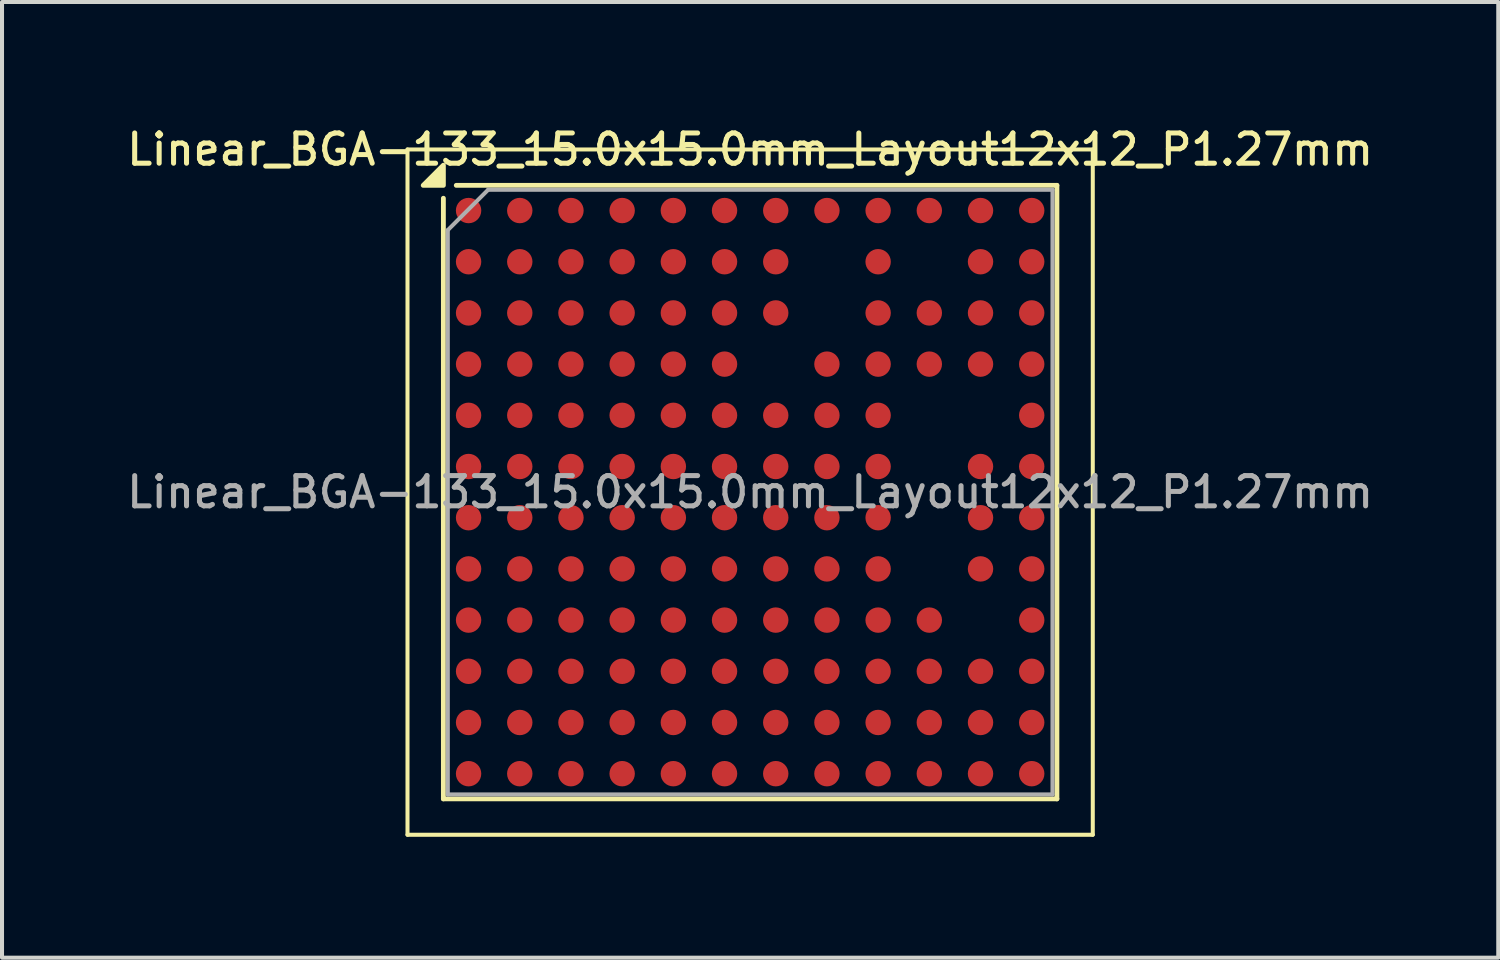
<source format=kicad_pcb>
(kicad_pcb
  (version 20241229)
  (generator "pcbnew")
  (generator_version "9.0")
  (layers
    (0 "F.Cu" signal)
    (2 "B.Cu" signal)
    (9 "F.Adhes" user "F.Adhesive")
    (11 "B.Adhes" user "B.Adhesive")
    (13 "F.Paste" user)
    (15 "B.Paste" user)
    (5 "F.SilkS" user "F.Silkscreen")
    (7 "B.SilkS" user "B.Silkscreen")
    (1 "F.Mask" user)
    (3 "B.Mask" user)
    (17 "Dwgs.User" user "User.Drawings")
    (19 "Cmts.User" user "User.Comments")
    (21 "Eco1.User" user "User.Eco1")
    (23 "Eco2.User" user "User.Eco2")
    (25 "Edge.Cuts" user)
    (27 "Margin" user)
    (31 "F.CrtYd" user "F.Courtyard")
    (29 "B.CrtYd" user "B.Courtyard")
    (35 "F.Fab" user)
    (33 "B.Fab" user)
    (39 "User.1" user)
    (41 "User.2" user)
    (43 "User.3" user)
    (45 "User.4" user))
  (footprint "Linear_BGA-133_15.0x15.0mm_Layout12x12_P1.27mm"
    (layer "F.Cu")
    (at 15.559 9.158)
    (property "Reference" "Linear_BGA-133_15.0x15.0mm_Layout12x12_P1.27mm" (at 0 -8.5 0) (layer "F.SilkS") (effects (font (size 0.75 0.75) (thickness 0.125))))
    (attr smd)
    (fp_line (start -8.5 -8.5) (end -8.5 8.5) (stroke (width 0.1) (type solid)) (layer "F.SilkS"))
    (fp_line (start -8.5 -8.5) (end 8.5 -8.5) (stroke (width 0.1) (type solid)) (layer "F.SilkS"))
    (fp_line (start -7.61 7.61) (end -7.61 -7.29) (stroke (width 0.12) (type solid)) (layer "F.SilkS"))
    (fp_line (start -7.61 7.61) (end 7.61 7.61) (stroke (width 0.12) (type solid)) (layer "F.SilkS"))
    (fp_line (start 7.61 -7.61) (end -7.29 -7.61) (stroke (width 0.12) (type solid)) (layer "F.SilkS"))
    (fp_line (start 7.61 -7.61) (end 7.61 7.61) (stroke (width 0.12) (type solid)) (layer "F.SilkS"))
    (fp_line (start 8.5 8.5) (end -8.5 8.5) (stroke (width 0.1) (type solid)) (layer "F.SilkS"))
    (fp_line (start 8.5 8.5) (end 8.5 -8.5) (stroke (width 0.1) (type solid)) (layer "F.SilkS"))
    (fp_poly (pts (xy -7.61 -7.61) (xy -8.11 -7.61) (xy -7.61 -8.11) (xy -7.61 -7.61)) (stroke (width 0.12) (type solid)) (fill yes) (layer "F.SilkS"))
    (fp_line (start -7.5 -6.5) (end -6.5 -7.5) (stroke (width 0.1) (type solid)) (layer "F.Fab"))
    (fp_line (start -7.5 7.5) (end -7.5 -6.5) (stroke (width 0.1) (type solid)) (layer "F.Fab"))
    (fp_line (start -6.5 -7.5) (end 7.5 -7.5) (stroke (width 0.1) (type solid)) (layer "F.Fab"))
    (fp_line (start 7.5 -7.5) (end 7.5 7.5) (stroke (width 0.1) (type solid)) (layer "F.Fab"))
    (fp_line (start 7.5 7.5) (end -7.5 7.5) (stroke (width 0.1) (type solid)) (layer "F.Fab"))
    (fp_text user "${REFERENCE}" (at 0 0 0) (layer "F.Fab") (effects (font (size 0.75 0.75) (thickness 0.125))))
    (pad "A1" smd circle (at -6.985 -6.985) (size 0.63 0.63) (property pad_prop_bga) (layers "F.Cu" "F.Mask" "F.Paste"))
    (pad "A2" smd circle (at -5.715 -6.985) (size 0.63 0.63) (property pad_prop_bga) (layers "F.Cu" "F.Mask" "F.Paste"))
    (pad "A3" smd circle (at -4.445 -6.985) (size 0.63 0.63) (property pad_prop_bga) (layers "F.Cu" "F.Mask" "F.Paste"))
    (pad "A4" smd circle (at -3.175 -6.985) (size 0.63 0.63) (property pad_prop_bga) (layers "F.Cu" "F.Mask" "F.Paste"))
    (pad "A5" smd circle (at -1.905 -6.985) (size 0.63 0.63) (property pad_prop_bga) (layers "F.Cu" "F.Mask" "F.Paste"))
    (pad "A6" smd circle (at -0.635 -6.985) (size 0.63 0.63) (property pad_prop_bga) (layers "F.Cu" "F.Mask" "F.Paste"))
    (pad "A7" smd circle (at 0.635 -6.985) (size 0.63 0.63) (property pad_prop_bga) (layers "F.Cu" "F.Mask" "F.Paste"))
    (pad "A8" smd circle (at 1.905 -6.985) (size 0.63 0.63) (property pad_prop_bga) (layers "F.Cu" "F.Mask" "F.Paste"))
    (pad "A9" smd circle (at 3.175 -6.985) (size 0.63 0.63) (property pad_prop_bga) (layers "F.Cu" "F.Mask" "F.Paste"))
    (pad "A10" smd circle (at 4.445 -6.985) (size 0.63 0.63) (property pad_prop_bga) (layers "F.Cu" "F.Mask" "F.Paste"))
    (pad "A11" smd circle (at 5.715 -6.985) (size 0.63 0.63) (property pad_prop_bga) (layers "F.Cu" "F.Mask" "F.Paste"))
    (pad "A12" smd circle (at 6.985 -6.985) (size 0.63 0.63) (property pad_prop_bga) (layers "F.Cu" "F.Mask" "F.Paste"))
    (pad "B1" smd circle (at -6.985 -5.715) (size 0.63 0.63) (property pad_prop_bga) (layers "F.Cu" "F.Mask" "F.Paste"))
    (pad "B2" smd circle (at -5.715 -5.715) (size 0.63 0.63) (property pad_prop_bga) (layers "F.Cu" "F.Mask" "F.Paste"))
    (pad "B3" smd circle (at -4.445 -5.715) (size 0.63 0.63) (property pad_prop_bga) (layers "F.Cu" "F.Mask" "F.Paste"))
    (pad "B4" smd circle (at -3.175 -5.715) (size 0.63 0.63) (property pad_prop_bga) (layers "F.Cu" "F.Mask" "F.Paste"))
    (pad "B5" smd circle (at -1.905 -5.715) (size 0.63 0.63) (property pad_prop_bga) (layers "F.Cu" "F.Mask" "F.Paste"))
    (pad "B6" smd circle (at -0.635 -5.715) (size 0.63 0.63) (property pad_prop_bga) (layers "F.Cu" "F.Mask" "F.Paste"))
    (pad "B7" smd circle (at 0.635 -5.715) (size 0.63 0.63) (property pad_prop_bga) (layers "F.Cu" "F.Mask" "F.Paste"))
    (pad "B9" smd circle (at 3.175 -5.715) (size 0.63 0.63) (property pad_prop_bga) (layers "F.Cu" "F.Mask" "F.Paste"))
    (pad "B11" smd circle (at 5.715 -5.715) (size 0.63 0.63) (property pad_prop_bga) (layers "F.Cu" "F.Mask" "F.Paste"))
    (pad "B12" smd circle (at 6.985 -5.715) (size 0.63 0.63) (property pad_prop_bga) (layers "F.Cu" "F.Mask" "F.Paste"))
    (pad "C1" smd circle (at -6.985 -4.445) (size 0.63 0.63) (property pad_prop_bga) (layers "F.Cu" "F.Mask" "F.Paste"))
    (pad "C2" smd circle (at -5.715 -4.445) (size 0.63 0.63) (property pad_prop_bga) (layers "F.Cu" "F.Mask" "F.Paste"))
    (pad "C3" smd circle (at -4.445 -4.445) (size 0.63 0.63) (property pad_prop_bga) (layers "F.Cu" "F.Mask" "F.Paste"))
    (pad "C4" smd circle (at -3.175 -4.445) (size 0.63 0.63) (property pad_prop_bga) (layers "F.Cu" "F.Mask" "F.Paste"))
    (pad "C5" smd circle (at -1.905 -4.445) (size 0.63 0.63) (property pad_prop_bga) (layers "F.Cu" "F.Mask" "F.Paste"))
    (pad "C6" smd circle (at -0.635 -4.445) (size 0.63 0.63) (property pad_prop_bga) (layers "F.Cu" "F.Mask" "F.Paste"))
    (pad "C7" smd circle (at 0.635 -4.445) (size 0.63 0.63) (property pad_prop_bga) (layers "F.Cu" "F.Mask" "F.Paste"))
    (pad "C9" smd circle (at 3.175 -4.445) (size 0.63 0.63) (property pad_prop_bga) (layers "F.Cu" "F.Mask" "F.Paste"))
    (pad "C10" smd circle (at 4.445 -4.445) (size 0.63 0.63) (property pad_prop_bga) (layers "F.Cu" "F.Mask" "F.Paste"))
    (pad "C11" smd circle (at 5.715 -4.445) (size 0.63 0.63) (property pad_prop_bga) (layers "F.Cu" "F.Mask" "F.Paste"))
    (pad "C12" smd circle (at 6.985 -4.445) (size 0.63 0.63) (property pad_prop_bga) (layers "F.Cu" "F.Mask" "F.Paste"))
    (pad "D1" smd circle (at -6.985 -3.175) (size 0.63 0.63) (property pad_prop_bga) (layers "F.Cu" "F.Mask" "F.Paste"))
    (pad "D2" smd circle (at -5.715 -3.175) (size 0.63 0.63) (property pad_prop_bga) (layers "F.Cu" "F.Mask" "F.Paste"))
    (pad "D3" smd circle (at -4.445 -3.175) (size 0.63 0.63) (property pad_prop_bga) (layers "F.Cu" "F.Mask" "F.Paste"))
    (pad "D4" smd circle (at -3.175 -3.175) (size 0.63 0.63) (property pad_prop_bga) (layers "F.Cu" "F.Mask" "F.Paste"))
    (pad "D5" smd circle (at -1.905 -3.175) (size 0.63 0.63) (property pad_prop_bga) (layers "F.Cu" "F.Mask" "F.Paste"))
    (pad "D6" smd circle (at -0.635 -3.175) (size 0.63 0.63) (property pad_prop_bga) (layers "F.Cu" "F.Mask" "F.Paste"))
    (pad "D8" smd circle (at 1.905 -3.175) (size 0.63 0.63) (property pad_prop_bga) (layers "F.Cu" "F.Mask" "F.Paste"))
    (pad "D9" smd circle (at 3.175 -3.175) (size 0.63 0.63) (property pad_prop_bga) (layers "F.Cu" "F.Mask" "F.Paste"))
    (pad "D10" smd circle (at 4.445 -3.175) (size 0.63 0.63) (property pad_prop_bga) (layers "F.Cu" "F.Mask" "F.Paste"))
    (pad "D11" smd circle (at 5.715 -3.175) (size 0.63 0.63) (property pad_prop_bga) (layers "F.Cu" "F.Mask" "F.Paste"))
    (pad "D12" smd circle (at 6.985 -3.175) (size 0.63 0.63) (property pad_prop_bga) (layers "F.Cu" "F.Mask" "F.Paste"))
    (pad "E1" smd circle (at -6.985 -1.905) (size 0.63 0.63) (property pad_prop_bga) (layers "F.Cu" "F.Mask" "F.Paste"))
    (pad "E2" smd circle (at -5.715 -1.905) (size 0.63 0.63) (property pad_prop_bga) (layers "F.Cu" "F.Mask" "F.Paste"))
    (pad "E3" smd circle (at -4.445 -1.905) (size 0.63 0.63) (property pad_prop_bga) (layers "F.Cu" "F.Mask" "F.Paste"))
    (pad "E4" smd circle (at -3.175 -1.905) (size 0.63 0.63) (property pad_prop_bga) (layers "F.Cu" "F.Mask" "F.Paste"))
    (pad "E5" smd circle (at -1.905 -1.905) (size 0.63 0.63) (property pad_prop_bga) (layers "F.Cu" "F.Mask" "F.Paste"))
    (pad "E6" smd circle (at -0.635 -1.905) (size 0.63 0.63) (property pad_prop_bga) (layers "F.Cu" "F.Mask" "F.Paste"))
    (pad "E7" smd circle (at 0.635 -1.905) (size 0.63 0.63) (property pad_prop_bga) (layers "F.Cu" "F.Mask" "F.Paste"))
    (pad "E8" smd circle (at 1.905 -1.905) (size 0.63 0.63) (property pad_prop_bga) (layers "F.Cu" "F.Mask" "F.Paste"))
    (pad "E9" smd circle (at 3.175 -1.905) (size 0.63 0.63) (property pad_prop_bga) (layers "F.Cu" "F.Mask" "F.Paste"))
    (pad "E12" smd circle (at 6.985 -1.905) (size 0.63 0.63) (property pad_prop_bga) (layers "F.Cu" "F.Mask" "F.Paste"))
    (pad "F1" smd circle (at -6.985 -0.635) (size 0.63 0.63) (property pad_prop_bga) (layers "F.Cu" "F.Mask" "F.Paste"))
    (pad "F2" smd circle (at -5.715 -0.635) (size 0.63 0.63) (property pad_prop_bga) (layers "F.Cu" "F.Mask" "F.Paste"))
    (pad "F3" smd circle (at -4.445 -0.635) (size 0.63 0.63) (property pad_prop_bga) (layers "F.Cu" "F.Mask" "F.Paste"))
    (pad "F4" smd circle (at -3.175 -0.635) (size 0.63 0.63) (property pad_prop_bga) (layers "F.Cu" "F.Mask" "F.Paste"))
    (pad "F5" smd circle (at -1.905 -0.635) (size 0.63 0.63) (property pad_prop_bga) (layers "F.Cu" "F.Mask" "F.Paste"))
    (pad "F6" smd circle (at -0.635 -0.635) (size 0.63 0.63) (property pad_prop_bga) (layers "F.Cu" "F.Mask" "F.Paste"))
    (pad "F7" smd circle (at 0.635 -0.635) (size 0.63 0.63) (property pad_prop_bga) (layers "F.Cu" "F.Mask" "F.Paste"))
    (pad "F8" smd circle (at 1.905 -0.635) (size 0.63 0.63) (property pad_prop_bga) (layers "F.Cu" "F.Mask" "F.Paste"))
    (pad "F9" smd circle (at 3.175 -0.635) (size 0.63 0.63) (property pad_prop_bga) (layers "F.Cu" "F.Mask" "F.Paste"))
    (pad "F11" smd circle (at 5.715 -0.635) (size 0.63 0.63) (property pad_prop_bga) (layers "F.Cu" "F.Mask" "F.Paste"))
    (pad "F12" smd circle (at 6.985 -0.635) (size 0.63 0.63) (property pad_prop_bga) (layers "F.Cu" "F.Mask" "F.Paste"))
    (pad "G1" smd circle (at -6.985 0.635) (size 0.63 0.63) (property pad_prop_bga) (layers "F.Cu" "F.Mask" "F.Paste"))
    (pad "G2" smd circle (at -5.715 0.635) (size 0.63 0.63) (property pad_prop_bga) (layers "F.Cu" "F.Mask" "F.Paste"))
    (pad "G3" smd circle (at -4.445 0.635) (size 0.63 0.63) (property pad_prop_bga) (layers "F.Cu" "F.Mask" "F.Paste"))
    (pad "G4" smd circle (at -3.175 0.635) (size 0.63 0.63) (property pad_prop_bga) (layers "F.Cu" "F.Mask" "F.Paste"))
    (pad "G5" smd circle (at -1.905 0.635) (size 0.63 0.63) (property pad_prop_bga) (layers "F.Cu" "F.Mask" "F.Paste"))
    (pad "G6" smd circle (at -0.635 0.635) (size 0.63 0.63) (property pad_prop_bga) (layers "F.Cu" "F.Mask" "F.Paste"))
    (pad "G7" smd circle (at 0.635 0.635) (size 0.63 0.63) (property pad_prop_bga) (layers "F.Cu" "F.Mask" "F.Paste"))
    (pad "G8" smd circle (at 1.905 0.635) (size 0.63 0.63) (property pad_prop_bga) (layers "F.Cu" "F.Mask" "F.Paste"))
    (pad "G9" smd circle (at 3.175 0.635) (size 0.63 0.63) (property pad_prop_bga) (layers "F.Cu" "F.Mask" "F.Paste"))
    (pad "G11" smd circle (at 5.715 0.635) (size 0.63 0.63) (property pad_prop_bga) (layers "F.Cu" "F.Mask" "F.Paste"))
    (pad "G12" smd circle (at 6.985 0.635) (size 0.63 0.63) (property pad_prop_bga) (layers "F.Cu" "F.Mask" "F.Paste"))
    (pad "H1" smd circle (at -6.985 1.905) (size 0.63 0.63) (property pad_prop_bga) (layers "F.Cu" "F.Mask" "F.Paste"))
    (pad "H2" smd circle (at -5.715 1.905) (size 0.63 0.63) (property pad_prop_bga) (layers "F.Cu" "F.Mask" "F.Paste"))
    (pad "H3" smd circle (at -4.445 1.905) (size 0.63 0.63) (property pad_prop_bga) (layers "F.Cu" "F.Mask" "F.Paste"))
    (pad "H4" smd circle (at -3.175 1.905) (size 0.63 0.63) (property pad_prop_bga) (layers "F.Cu" "F.Mask" "F.Paste"))
    (pad "H5" smd circle (at -1.905 1.905) (size 0.63 0.63) (property pad_prop_bga) (layers "F.Cu" "F.Mask" "F.Paste"))
    (pad "H6" smd circle (at -0.635 1.905) (size 0.63 0.63) (property pad_prop_bga) (layers "F.Cu" "F.Mask" "F.Paste"))
    (pad "H7" smd circle (at 0.635 1.905) (size 0.63 0.63) (property pad_prop_bga) (layers "F.Cu" "F.Mask" "F.Paste"))
    (pad "H8" smd circle (at 1.905 1.905) (size 0.63 0.63) (property pad_prop_bga) (layers "F.Cu" "F.Mask" "F.Paste"))
    (pad "H9" smd circle (at 3.175 1.905) (size 0.63 0.63) (property pad_prop_bga) (layers "F.Cu" "F.Mask" "F.Paste"))
    (pad "H11" smd circle (at 5.715 1.905) (size 0.63 0.63) (property pad_prop_bga) (layers "F.Cu" "F.Mask" "F.Paste"))
    (pad "H12" smd circle (at 6.985 1.905) (size 0.63 0.63) (property pad_prop_bga) (layers "F.Cu" "F.Mask" "F.Paste"))
    (pad "J1" smd circle (at -6.985 3.175) (size 0.63 0.63) (property pad_prop_bga) (layers "F.Cu" "F.Mask" "F.Paste"))
    (pad "J2" smd circle (at -5.715 3.175) (size 0.63 0.63) (property pad_prop_bga) (layers "F.Cu" "F.Mask" "F.Paste"))
    (pad "J3" smd circle (at -4.445 3.175) (size 0.63 0.63) (property pad_prop_bga) (layers "F.Cu" "F.Mask" "F.Paste"))
    (pad "J4" smd circle (at -3.175 3.175) (size 0.63 0.63) (property pad_prop_bga) (layers "F.Cu" "F.Mask" "F.Paste"))
    (pad "J5" smd circle (at -1.905 3.175) (size 0.63 0.63) (property pad_prop_bga) (layers "F.Cu" "F.Mask" "F.Paste"))
    (pad "J6" smd circle (at -0.635 3.175) (size 0.63 0.63) (property pad_prop_bga) (layers "F.Cu" "F.Mask" "F.Paste"))
    (pad "J7" smd circle (at 0.635 3.175) (size 0.63 0.63) (property pad_prop_bga) (layers "F.Cu" "F.Mask" "F.Paste"))
    (pad "J8" smd circle (at 1.905 3.175) (size 0.63 0.63) (property pad_prop_bga) (layers "F.Cu" "F.Mask" "F.Paste"))
    (pad "J9" smd circle (at 3.175 3.175) (size 0.63 0.63) (property pad_prop_bga) (layers "F.Cu" "F.Mask" "F.Paste"))
    (pad "J10" smd circle (at 4.445 3.175) (size 0.63 0.63) (property pad_prop_bga) (layers "F.Cu" "F.Mask" "F.Paste"))
    (pad "J12" smd circle (at 6.985 3.175) (size 0.63 0.63) (property pad_prop_bga) (layers "F.Cu" "F.Mask" "F.Paste"))
    (pad "K1" smd circle (at -6.985 4.445) (size 0.63 0.63) (property pad_prop_bga) (layers "F.Cu" "F.Mask" "F.Paste"))
    (pad "K2" smd circle (at -5.715 4.445) (size 0.63 0.63) (property pad_prop_bga) (layers "F.Cu" "F.Mask" "F.Paste"))
    (pad "K3" smd circle (at -4.445 4.445) (size 0.63 0.63) (property pad_prop_bga) (layers "F.Cu" "F.Mask" "F.Paste"))
    (pad "K4" smd circle (at -3.175 4.445) (size 0.63 0.63) (property pad_prop_bga) (layers "F.Cu" "F.Mask" "F.Paste"))
    (pad "K5" smd circle (at -1.905 4.445) (size 0.63 0.63) (property pad_prop_bga) (layers "F.Cu" "F.Mask" "F.Paste"))
    (pad "K6" smd circle (at -0.635 4.445) (size 0.63 0.63) (property pad_prop_bga) (layers "F.Cu" "F.Mask" "F.Paste"))
    (pad "K7" smd circle (at 0.635 4.445) (size 0.63 0.63) (property pad_prop_bga) (layers "F.Cu" "F.Mask" "F.Paste"))
    (pad "K8" smd circle (at 1.905 4.445) (size 0.63 0.63) (property pad_prop_bga) (layers "F.Cu" "F.Mask" "F.Paste"))
    (pad "K9" smd circle (at 3.175 4.445) (size 0.63 0.63) (property pad_prop_bga) (layers "F.Cu" "F.Mask" "F.Paste"))
    (pad "K10" smd circle (at 4.445 4.445) (size 0.63 0.63) (property pad_prop_bga) (layers "F.Cu" "F.Mask" "F.Paste"))
    (pad "K11" smd circle (at 5.715 4.445) (size 0.63 0.63) (property pad_prop_bga) (layers "F.Cu" "F.Mask" "F.Paste"))
    (pad "K12" smd circle (at 6.985 4.445) (size 0.63 0.63) (property pad_prop_bga) (layers "F.Cu" "F.Mask" "F.Paste"))
    (pad "L1" smd circle (at -6.985 5.715) (size 0.63 0.63) (property pad_prop_bga) (layers "F.Cu" "F.Mask" "F.Paste"))
    (pad "L2" smd circle (at -5.715 5.715) (size 0.63 0.63) (property pad_prop_bga) (layers "F.Cu" "F.Mask" "F.Paste"))
    (pad "L3" smd circle (at -4.445 5.715) (size 0.63 0.63) (property pad_prop_bga) (layers "F.Cu" "F.Mask" "F.Paste"))
    (pad "L4" smd circle (at -3.175 5.715) (size 0.63 0.63) (property pad_prop_bga) (layers "F.Cu" "F.Mask" "F.Paste"))
    (pad "L5" smd circle (at -1.905 5.715) (size 0.63 0.63) (property pad_prop_bga) (layers "F.Cu" "F.Mask" "F.Paste"))
    (pad "L6" smd circle (at -0.635 5.715) (size 0.63 0.63) (property pad_prop_bga) (layers "F.Cu" "F.Mask" "F.Paste"))
    (pad "L7" smd circle (at 0.635 5.715) (size 0.63 0.63) (property pad_prop_bga) (layers "F.Cu" "F.Mask" "F.Paste"))
    (pad "L8" smd circle (at 1.905 5.715) (size 0.63 0.63) (property pad_prop_bga) (layers "F.Cu" "F.Mask" "F.Paste"))
    (pad "L9" smd circle (at 3.175 5.715) (size 0.63 0.63) (property pad_prop_bga) (layers "F.Cu" "F.Mask" "F.Paste"))
    (pad "L10" smd circle (at 4.445 5.715) (size 0.63 0.63) (property pad_prop_bga) (layers "F.Cu" "F.Mask" "F.Paste"))
    (pad "L11" smd circle (at 5.715 5.715) (size 0.63 0.63) (property pad_prop_bga) (layers "F.Cu" "F.Mask" "F.Paste"))
    (pad "L12" smd circle (at 6.985 5.715) (size 0.63 0.63) (property pad_prop_bga) (layers "F.Cu" "F.Mask" "F.Paste"))
    (pad "M1" smd circle (at -6.985 6.985) (size 0.63 0.63) (property pad_prop_bga) (layers "F.Cu" "F.Mask" "F.Paste"))
    (pad "M2" smd circle (at -5.715 6.985) (size 0.63 0.63) (property pad_prop_bga) (layers "F.Cu" "F.Mask" "F.Paste"))
    (pad "M3" smd circle (at -4.445 6.985) (size 0.63 0.63) (property pad_prop_bga) (layers "F.Cu" "F.Mask" "F.Paste"))
    (pad "M4" smd circle (at -3.175 6.985) (size 0.63 0.63) (property pad_prop_bga) (layers "F.Cu" "F.Mask" "F.Paste"))
    (pad "M5" smd circle (at -1.905 6.985) (size 0.63 0.63) (property pad_prop_bga) (layers "F.Cu" "F.Mask" "F.Paste"))
    (pad "M6" smd circle (at -0.635 6.985) (size 0.63 0.63) (property pad_prop_bga) (layers "F.Cu" "F.Mask" "F.Paste"))
    (pad "M7" smd circle (at 0.635 6.985) (size 0.63 0.63) (property pad_prop_bga) (layers "F.Cu" "F.Mask" "F.Paste"))
    (pad "M8" smd circle (at 1.905 6.985) (size 0.63 0.63) (property pad_prop_bga) (layers "F.Cu" "F.Mask" "F.Paste"))
    (pad "M9" smd circle (at 3.175 6.985) (size 0.63 0.63) (property pad_prop_bga) (layers "F.Cu" "F.Mask" "F.Paste"))
    (pad "M10" smd circle (at 4.445 6.985) (size 0.63 0.63) (property pad_prop_bga) (layers "F.Cu" "F.Mask" "F.Paste"))
    (pad "M11" smd circle (at 5.715 6.985) (size 0.63 0.63) (property pad_prop_bga) (layers "F.Cu" "F.Mask" "F.Paste"))
    (pad "M12" smd circle (at 6.985 6.985) (size 0.63 0.63) (property pad_prop_bga) (layers "F.Cu" "F.Mask" "F.Paste")))
  (gr_rect
    (start -3 -3)
    (end 34.118 20.708)
    (stroke (width 0.1) (type default))
    (fill no)
    (layer "Edge.Cuts")))
</source>
